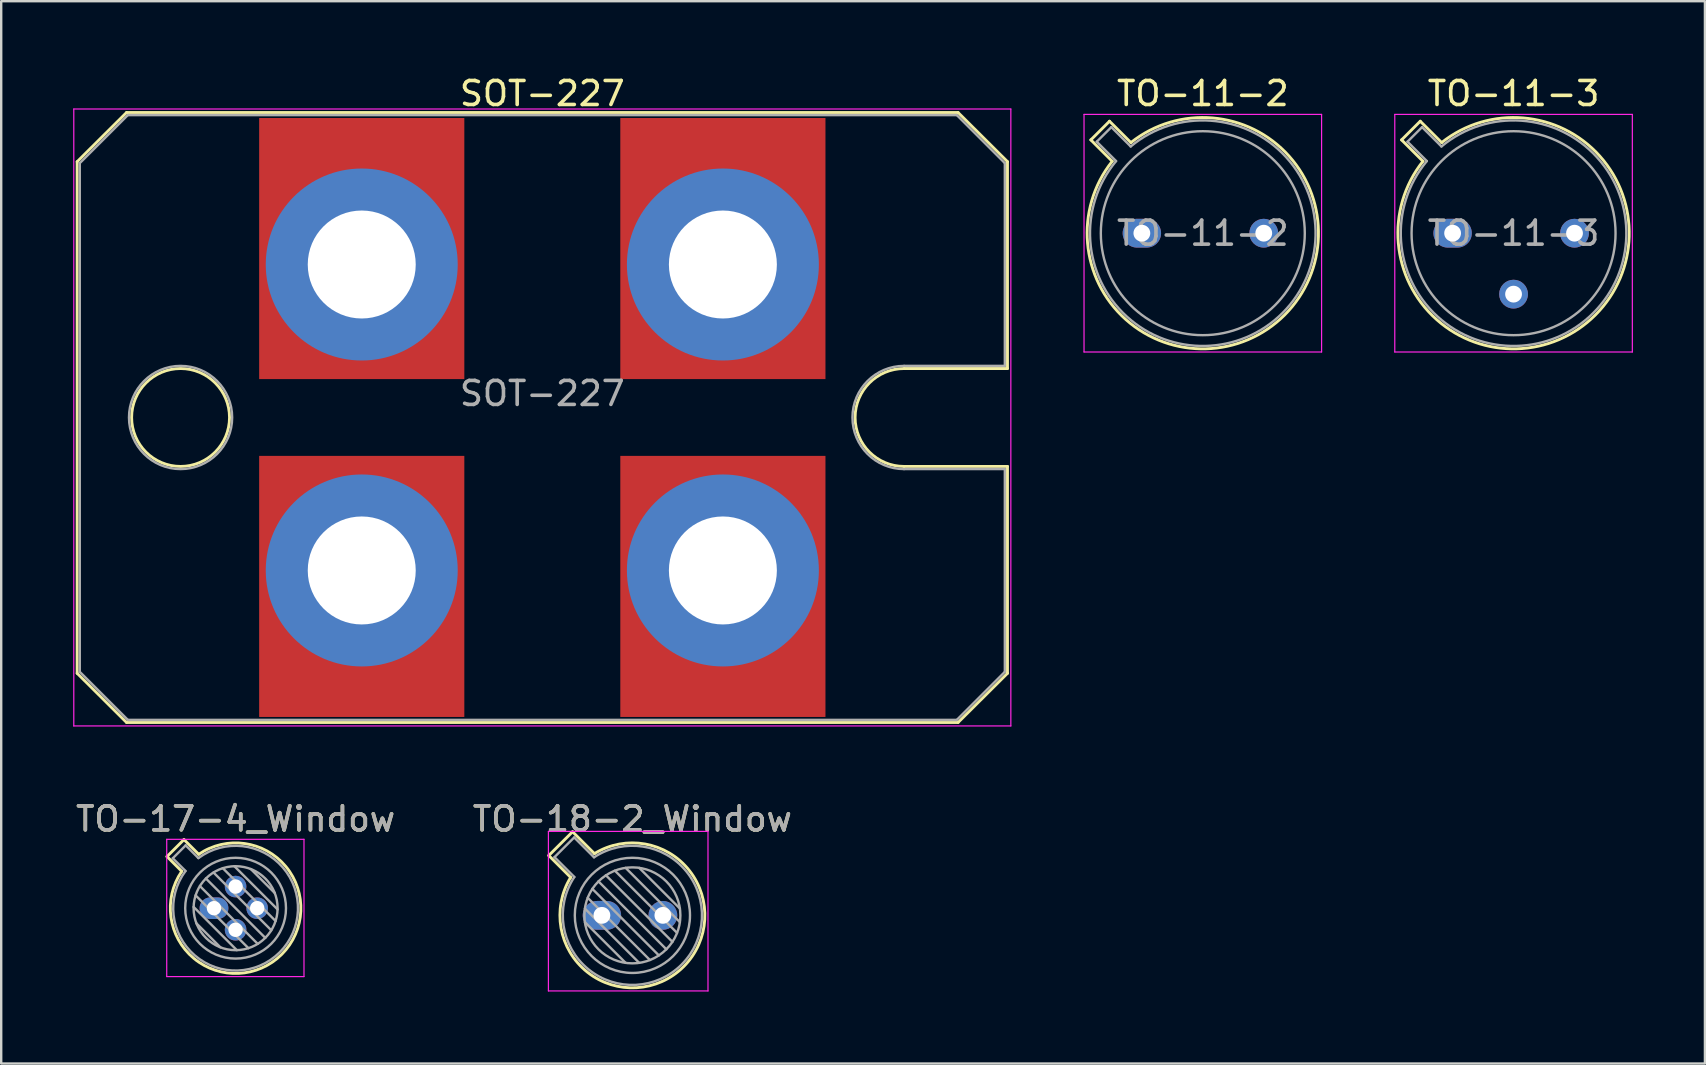
<source format=kicad_pcb>
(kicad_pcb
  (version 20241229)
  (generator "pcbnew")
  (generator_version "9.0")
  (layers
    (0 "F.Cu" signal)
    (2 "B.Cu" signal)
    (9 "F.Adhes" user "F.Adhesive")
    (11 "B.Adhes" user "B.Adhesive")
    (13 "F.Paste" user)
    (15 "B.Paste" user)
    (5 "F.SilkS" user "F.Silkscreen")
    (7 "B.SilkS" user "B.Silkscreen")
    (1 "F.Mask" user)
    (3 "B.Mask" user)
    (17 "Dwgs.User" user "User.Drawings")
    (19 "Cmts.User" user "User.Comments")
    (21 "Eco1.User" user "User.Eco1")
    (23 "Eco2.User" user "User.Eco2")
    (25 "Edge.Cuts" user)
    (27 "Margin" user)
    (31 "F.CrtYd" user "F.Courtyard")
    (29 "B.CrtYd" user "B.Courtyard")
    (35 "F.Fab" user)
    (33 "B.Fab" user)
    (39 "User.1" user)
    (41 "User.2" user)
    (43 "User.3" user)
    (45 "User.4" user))
  (footprint "TO-18-2_Window"
    (layer "F.Cu")
    (at 22.034 35.096)
    (property "Reference" "TO-18-2_Window" (at 1.27 -4.02 0) (layer "F.SilkS") (effects (font (size 1 1) (thickness 0.15))))
    (attr through_hole)
    (fp_line (start -2.214 -2.494) (end -1.302 -1.582) (stroke (width 0.12) (type solid)) (layer "F.SilkS"))
    (fp_line (start -1.224 -3.484) (end -2.214 -2.494) (stroke (width 0.12) (type solid)) (layer "F.SilkS"))
    (fp_line (start -0.312 -2.572) (end -1.224 -3.484) (stroke (width 0.12) (type solid)) (layer "F.SilkS"))
    (fp_arc (start -0.312331 -2.572281) (mid 3.405374 2.135551) (end -1.30215 -1.582544) (stroke (width 0.12) (type solid)) (layer "F.SilkS"))
    (fp_line (start -2.23 -3.5) (end -2.23 3.15) (stroke (width 0.05) (type solid)) (layer "F.CrtYd"))
    (fp_line (start -2.23 3.15) (end 4.42 3.15) (stroke (width 0.05) (type solid)) (layer "F.CrtYd"))
    (fp_line (start 4.42 -3.5) (end -2.23 -3.5) (stroke (width 0.05) (type solid)) (layer "F.CrtYd"))
    (fp_line (start 4.42 3.15) (end 4.42 -3.5) (stroke (width 0.05) (type solid)) (layer "F.CrtYd"))
    (fp_line (start -1.977 -2.426) (end -1.149 -1.599) (stroke (width 0.1) (type solid)) (layer "F.Fab"))
    (fp_line (start -1.156 -3.247) (end -1.977 -2.426) (stroke (width 0.1) (type solid)) (layer "F.Fab"))
    (fp_line (start -0.71 -0.283) (end 1.553 1.98) (stroke (width 0.1) (type solid)) (layer "F.Fab"))
    (fp_line (start -0.71 0.283) (end 0.987 1.98) (stroke (width 0.1) (type solid)) (layer "F.Fab"))
    (fp_line (start -0.592 -0.731) (end 2.001 1.862) (stroke (width 0.1) (type solid)) (layer "F.Fab"))
    (fp_line (start -0.399 -1.103) (end 2.373 1.669) (stroke (width 0.1) (type solid)) (layer "F.Fab"))
    (fp_line (start -0.329 -2.419) (end -1.156 -3.247) (stroke (width 0.1) (type solid)) (layer "F.Fab"))
    (fp_line (start -0.145 -1.415) (end 2.685 1.415) (stroke (width 0.1) (type solid)) (layer "F.Fab"))
    (fp_line (start 0.167 -1.669) (end 2.939 1.103) (stroke (width 0.1) (type solid)) (layer "F.Fab"))
    (fp_line (start 0.539 -1.862) (end 3.132 0.731) (stroke (width 0.1) (type solid)) (layer "F.Fab"))
    (fp_line (start 0.987 -1.98) (end 3.25 0.283) (stroke (width 0.1) (type solid)) (layer "F.Fab"))
    (fp_line (start 1.553 -1.98) (end 3.25 -0.283) (stroke (width 0.1) (type solid)) (layer "F.Fab"))
    (fp_arc (start -0.329057 -2.419301) (mid 3.321075 2.050145) (end -1.150029 -1.597956) (stroke (width 0.1) (type solid)) (layer "F.Fab"))
    (fp_circle (center 1.27 0) (end 3.27 0) (stroke (width 0.1) (type solid)) (fill no) (layer "F.Fab"))
    (fp_circle (center 1.27 0) (end 3.67 0) (stroke (width 0.1) (type solid)) (fill no) (layer "F.Fab"))
    (fp_text user "${REFERENCE}" (at 1.27 -4.02 0) (layer "F.Fab") (effects (font (size 1 1) (thickness 0.15))))
    (pad "1" thru_hole oval (at 0 0) (size 1.6 1.2) (drill 0.7) (layers "*.Cu" "*.Mask"))
    (pad "2" thru_hole oval (at 2.54 0) (size 1.2 1.2) (drill 0.7) (layers "*.Cu" "*.Mask")))
  (footprint "SOT-227"
    (layer "F.Cu")
    (at 12.025 7.973)
    (property "Reference" "SOT-227" (at 7.525 -7.125 0) (layer "F.SilkS") (effects (font (size 1 1) (thickness 0.15))))
    (attr through_hole)
    (fp_line (start -11.86 -4.285) (end -11.86 17.035) (stroke (width 0.12) (type solid)) (layer "F.SilkS"))
    (fp_line (start -11.86 -4.285) (end -9.8 -6.335) (stroke (width 0.12) (type solid)) (layer "F.SilkS"))
    (fp_line (start -11.86 17.035) (end -9.8 19.085) (stroke (width 0.12) (type solid)) (layer "F.SilkS"))
    (fp_line (start -9.8 -6.335) (end 24.85 -6.335) (stroke (width 0.12) (type solid)) (layer "F.SilkS"))
    (fp_line (start -9.8 19.085) (end 24.85 19.085) (stroke (width 0.12) (type solid)) (layer "F.SilkS"))
    (fp_line (start 22.6 4.335) (end 26.91 4.335) (stroke (width 0.12) (type solid)) (layer "F.SilkS"))
    (fp_line (start 22.6 8.415) (end 26.91 8.415) (stroke (width 0.12) (type solid)) (layer "F.SilkS"))
    (fp_line (start 26.91 -4.285) (end 24.85 -6.335) (stroke (width 0.12) (type solid)) (layer "F.SilkS"))
    (fp_line (start 26.91 -4.285) (end 26.91 4.335) (stroke (width 0.12) (type solid)) (layer "F.SilkS"))
    (fp_line (start 26.91 17.035) (end 24.85 19.085) (stroke (width 0.12) (type solid)) (layer "F.SilkS"))
    (fp_line (start 26.91 17.035) (end 26.91 8.415) (stroke (width 0.12) (type solid)) (layer "F.SilkS"))
    (fp_arc (start 22.6 8.415) (mid 20.56 6.375) (end 22.6 4.335) (stroke (width 0.12) (type solid)) (layer "F.SilkS"))
    (fp_circle (center -7.55 6.375) (end -5.51 6.375) (stroke (width 0.12) (type solid)) (fill no) (layer "F.SilkS"))
    (fp_line (start -12 -6.48) (end -12 19.23) (stroke (width 0.05) (type solid)) (layer "F.CrtYd"))
    (fp_line (start -12 -6.48) (end 27.05 -6.48) (stroke (width 0.05) (type solid)) (layer "F.CrtYd"))
    (fp_line (start -12 19.23) (end 27.05 19.23) (stroke (width 0.05) (type solid)) (layer "F.CrtYd"))
    (fp_line (start 27.05 -6.48) (end 27.05 19.23) (stroke (width 0.05) (type solid)) (layer "F.CrtYd"))
    (fp_line (start -11.75 -4.225) (end -9.75 -6.225) (stroke (width 0.1) (type solid)) (layer "F.Fab"))
    (fp_line (start -11.75 16.975) (end -11.75 -4.225) (stroke (width 0.1) (type solid)) (layer "F.Fab"))
    (fp_line (start -11.75 16.975) (end -9.75 18.975) (stroke (width 0.1) (type solid)) (layer "F.Fab"))
    (fp_line (start -9.75 -6.225) (end 24.8 -6.225) (stroke (width 0.1) (type solid)) (layer "F.Fab"))
    (fp_line (start 22.6 4.225) (end 26.8 4.225) (stroke (width 0.1) (type solid)) (layer "F.Fab"))
    (fp_line (start 22.6 8.525) (end 26.8 8.525) (stroke (width 0.1) (type solid)) (layer "F.Fab"))
    (fp_line (start 24.8 18.975) (end -9.75 18.975) (stroke (width 0.1) (type solid)) (layer "F.Fab"))
    (fp_line (start 26.8 -4.225) (end 24.8 -6.225) (stroke (width 0.1) (type solid)) (layer "F.Fab"))
    (fp_line (start 26.8 -4.225) (end 26.8 4.225) (stroke (width 0.1) (type solid)) (layer "F.Fab"))
    (fp_line (start 26.8 8.525) (end 26.8 16.975) (stroke (width 0.1) (type solid)) (layer "F.Fab"))
    (fp_line (start 26.8 16.975) (end 24.8 18.975) (stroke (width 0.1) (type solid)) (layer "F.Fab"))
    (fp_arc (start 22.6 8.525) (mid 20.45 6.375) (end 22.6 4.225) (stroke (width 0.1) (type solid)) (layer "F.Fab"))
    (fp_circle (center -7.55 6.375) (end -5.4 6.375) (stroke (width 0.1) (type solid)) (fill no) (layer "F.Fab"))
    (fp_text user "${REFERENCE}" (at 7.525 5.375 0) (layer "F.Fab") (effects (font (size 1 1) (thickness 0.15))))
    (pad "1" smd rect (at 0 -0.665) (size 8.55 10.88) (layers "F.Cu" "F.Mask"))
    (pad "1" thru_hole circle (at 0 0) (size 8 8) (drill 4.5) (layers "*.Cu" "*.Mask"))
    (pad "2" smd rect (at 15.05 -0.665) (size 8.55 10.88) (layers "F.Cu" "F.Mask"))
    (pad "2" thru_hole circle (at 15.05 0) (size 8 8) (drill 4.5) (layers "*.Cu" "*.Mask"))
    (pad "3" thru_hole circle (at 15.05 12.75) (size 8 8) (drill 4.5) (layers "*.Cu" "*.Mask"))
    (pad "3" smd rect (at 15.05 13.415) (size 8.55 10.88) (layers "F.Cu" "F.Mask"))
    (pad "4" thru_hole circle (at 0 12.75) (size 8 8) (drill 4.5) (layers "*.Cu" "*.Mask"))
    (pad "4" smd rect (at 0 13.415) (size 8.55 10.88) (layers "F.Cu" "F.Mask")))
  (footprint "TO-11-3"
    (layer "F.Cu")
    (at 57.485 6.668)
    (property "Reference" "TO-11-3" (at 2.54 -5.82 0) (layer "F.SilkS") (effects (font (size 1 1) (thickness 0.15))))
    (attr through_hole)
    (fp_line (start -2.126 -3.888) (end -1.235 -2.997) (stroke (width 0.12) (type solid)) (layer "F.SilkS"))
    (fp_line (start -1.348 -4.666) (end -2.126 -3.888) (stroke (width 0.12) (type solid)) (layer "F.SilkS"))
    (fp_line (start -0.457 -3.775) (end -1.348 -4.666) (stroke (width 0.12) (type solid)) (layer "F.SilkS"))
    (fp_arc (start -0.457084 -3.774902) (mid 5.948125 3.408384) (end -1.234674 -2.997371) (stroke (width 0.12) (type solid)) (layer "F.SilkS"))
    (fp_line (start -2.41 -4.95) (end -2.41 4.95) (stroke (width 0.05) (type solid)) (layer "F.CrtYd"))
    (fp_line (start -2.41 4.95) (end 7.49 4.95) (stroke (width 0.05) (type solid)) (layer "F.CrtYd"))
    (fp_line (start 7.49 -4.95) (end -2.41 -4.95) (stroke (width 0.05) (type solid)) (layer "F.CrtYd"))
    (fp_line (start 7.49 4.95) (end 7.49 -4.95) (stroke (width 0.05) (type solid)) (layer "F.CrtYd"))
    (fp_line (start -1.88 -3.812) (end -1.074 -3.005) (stroke (width 0.1) (type solid)) (layer "F.Fab"))
    (fp_line (start -1.272 -4.42) (end -1.88 -3.812) (stroke (width 0.1) (type solid)) (layer "F.Fab"))
    (fp_line (start -0.465 -3.614) (end -1.272 -4.42) (stroke (width 0.1) (type solid)) (layer "F.Fab"))
    (fp_arc (start -0.465408 -3.61352) (mid 5.863443 3.323361) (end -1.073594 -3.005319) (stroke (width 0.1) (type solid)) (layer "F.Fab"))
    (fp_circle (center 2.54 0) (end 6.79 0) (stroke (width 0.1) (type solid)) (fill no) (layer "F.Fab"))
    (fp_text user "${REFERENCE}" (at 2.54 0 0) (layer "F.Fab") (effects (font (size 1 1) (thickness 0.15))))
    (pad "1" thru_hole oval (at 0 0) (size 1.6 1.2) (drill 0.7) (layers "*.Cu" "*.Mask"))
    (pad "2" thru_hole oval (at 2.54 2.54) (size 1.2 1.2) (drill 0.7) (layers "*.Cu" "*.Mask"))
    (pad "3" thru_hole oval (at 5.08 0) (size 1.2 1.2) (drill 0.7) (layers "*.Cu" "*.Mask")))
  (footprint "TO-17-4_Window"
    (layer "F.Cu")
    (at 5.868 34.797)
    (property "Reference" "TO-17-4_Window" (at 0.9 -3.72 0) (layer "F.SilkS") (effects (font (size 1 1) (thickness 0.15))))
    (attr through_hole)
    (fp_line (start -1.959 -2.152) (end -1.344 -1.537) (stroke (width 0.12) (type solid)) (layer "F.SilkS"))
    (fp_line (start -1.252 -2.859) (end -1.959 -2.152) (stroke (width 0.12) (type solid)) (layer "F.SilkS"))
    (fp_line (start -0.637 -2.244) (end -1.252 -2.859) (stroke (width 0.12) (type solid)) (layer "F.SilkS"))
    (fp_arc (start -0.637002 -2.244109) (mid 2.82358 1.923081) (end -1.344508 -1.536419) (stroke (width 0.12) (type solid)) (layer "F.SilkS"))
    (fp_line (start -1.97 -2.87) (end -1.97 2.85) (stroke (width 0.05) (type solid)) (layer "F.CrtYd"))
    (fp_line (start -1.97 2.85) (end 3.75 2.85) (stroke (width 0.05) (type solid)) (layer "F.CrtYd"))
    (fp_line (start 3.75 -2.87) (end -1.97 -2.87) (stroke (width 0.05) (type solid)) (layer "F.CrtYd"))
    (fp_line (start 3.75 2.85) (end 3.75 -2.87) (stroke (width 0.05) (type solid)) (layer "F.CrtYd"))
    (fp_line (start -1.718 -2.08) (end -1.187 -1.55) (stroke (width 0.1) (type solid)) (layer "F.Fab"))
    (fp_line (start -1.18 -2.618) (end -1.718 -2.08) (stroke (width 0.1) (type solid)) (layer "F.Fab"))
    (fp_line (start -0.85 -0.053) (end 0.953 1.75) (stroke (width 0.1) (type solid)) (layer "F.Fab"))
    (fp_line (start -0.767 -0.535) (end 1.435 1.667) (stroke (width 0.1) (type solid)) (layer "F.Fab"))
    (fp_line (start -0.733 0.631) (end 0.269 1.633) (stroke (width 0.1) (type solid)) (layer "F.Fab"))
    (fp_line (start -0.65 -2.087) (end -1.18 -2.618) (stroke (width 0.1) (type solid)) (layer "F.Fab"))
    (fp_line (start -0.588 -0.922) (end 1.822 1.488) (stroke (width 0.1) (type solid)) (layer "F.Fab"))
    (fp_line (start -0.338 -1.238) (end 2.138 1.238) (stroke (width 0.1) (type solid)) (layer "F.Fab"))
    (fp_line (start -0.022 -1.488) (end 2.388 0.922) (stroke (width 0.1) (type solid)) (layer "F.Fab"))
    (fp_line (start 0.365 -1.667) (end 2.567 0.535) (stroke (width 0.1) (type solid)) (layer "F.Fab"))
    (fp_line (start 0.847 -1.75) (end 2.65 0.053) (stroke (width 0.1) (type solid)) (layer "F.Fab"))
    (fp_line (start 1.531 -1.633) (end 2.533 -0.631) (stroke (width 0.1) (type solid)) (layer "F.Fab"))
    (fp_arc (start -0.650035 -2.087436) (mid 2.738346 1.838609) (end -1.187214 -1.550334) (stroke (width 0.1) (type solid)) (layer "F.Fab"))
    (fp_circle (center 0.9 0) (end 2.65 0) (stroke (width 0.1) (type solid)) (fill no) (layer "F.Fab"))
    (fp_circle (center 0.9 0) (end 3 0) (stroke (width 0.1) (type solid)) (fill no) (layer "F.Fab"))
    (fp_text user "${REFERENCE}" (at 0.9 -3.72 0) (layer "F.Fab") (effects (font (size 1 1) (thickness 0.15))))
    (pad "1" thru_hole oval (at 0 0) (size 1.2 0.9) (drill 0.6) (layers "*.Cu" "*.Mask"))
    (pad "2" thru_hole oval (at 0.9 0.9) (size 0.9 0.9) (drill 0.6) (layers "*.Cu" "*.Mask"))
    (pad "3" thru_hole oval (at 1.8 0) (size 0.9 0.9) (drill 0.6) (layers "*.Cu" "*.Mask"))
    (pad "4" thru_hole oval (at 0.9 -0.9) (size 0.9 0.9) (drill 0.6) (layers "*.Cu" "*.Mask")))
  (footprint "TO-11-2"
    (layer "F.Cu")
    (at 44.535 6.668)
    (property "Reference" "TO-11-2" (at 2.54 -5.82 0) (layer "F.SilkS") (effects (font (size 1 1) (thickness 0.15))))
    (attr through_hole)
    (fp_line (start -2.126 -3.888) (end -1.235 -2.997) (stroke (width 0.12) (type solid)) (layer "F.SilkS"))
    (fp_line (start -1.348 -4.666) (end -2.126 -3.888) (stroke (width 0.12) (type solid)) (layer "F.SilkS"))
    (fp_line (start -0.457 -3.775) (end -1.348 -4.666) (stroke (width 0.12) (type solid)) (layer "F.SilkS"))
    (fp_arc (start -0.457084 -3.774902) (mid 5.948125 3.408384) (end -1.234674 -2.997371) (stroke (width 0.12) (type solid)) (layer "F.SilkS"))
    (fp_line (start -2.41 -4.95) (end -2.41 4.95) (stroke (width 0.05) (type solid)) (layer "F.CrtYd"))
    (fp_line (start -2.41 4.95) (end 7.49 4.95) (stroke (width 0.05) (type solid)) (layer "F.CrtYd"))
    (fp_line (start 7.49 -4.95) (end -2.41 -4.95) (stroke (width 0.05) (type solid)) (layer "F.CrtYd"))
    (fp_line (start 7.49 4.95) (end 7.49 -4.95) (stroke (width 0.05) (type solid)) (layer "F.CrtYd"))
    (fp_line (start -1.88 -3.812) (end -1.074 -3.005) (stroke (width 0.1) (type solid)) (layer "F.Fab"))
    (fp_line (start -1.272 -4.42) (end -1.88 -3.812) (stroke (width 0.1) (type solid)) (layer "F.Fab"))
    (fp_line (start -0.465 -3.614) (end -1.272 -4.42) (stroke (width 0.1) (type solid)) (layer "F.Fab"))
    (fp_arc (start -0.465408 -3.61352) (mid 5.863443 3.323361) (end -1.073594 -3.005319) (stroke (width 0.1) (type solid)) (layer "F.Fab"))
    (fp_circle (center 2.54 0) (end 6.79 0) (stroke (width 0.1) (type solid)) (fill no) (layer "F.Fab"))
    (fp_text user "${REFERENCE}" (at 2.54 0 0) (layer "F.Fab") (effects (font (size 1 1) (thickness 0.15))))
    (pad "1" thru_hole oval (at 0 0) (size 1.6 1.2) (drill 0.7) (layers "*.Cu" "*.Mask"))
    (pad "2" thru_hole oval (at 5.08 0) (size 1.2 1.2) (drill 0.7) (layers "*.Cu" "*.Mask")))
  (gr_rect
    (start -3 -3)
    (end 68 41.272)
    (stroke (width 0.1) (type default))
    (fill no)
    (layer "Edge.Cuts")))
</source>
